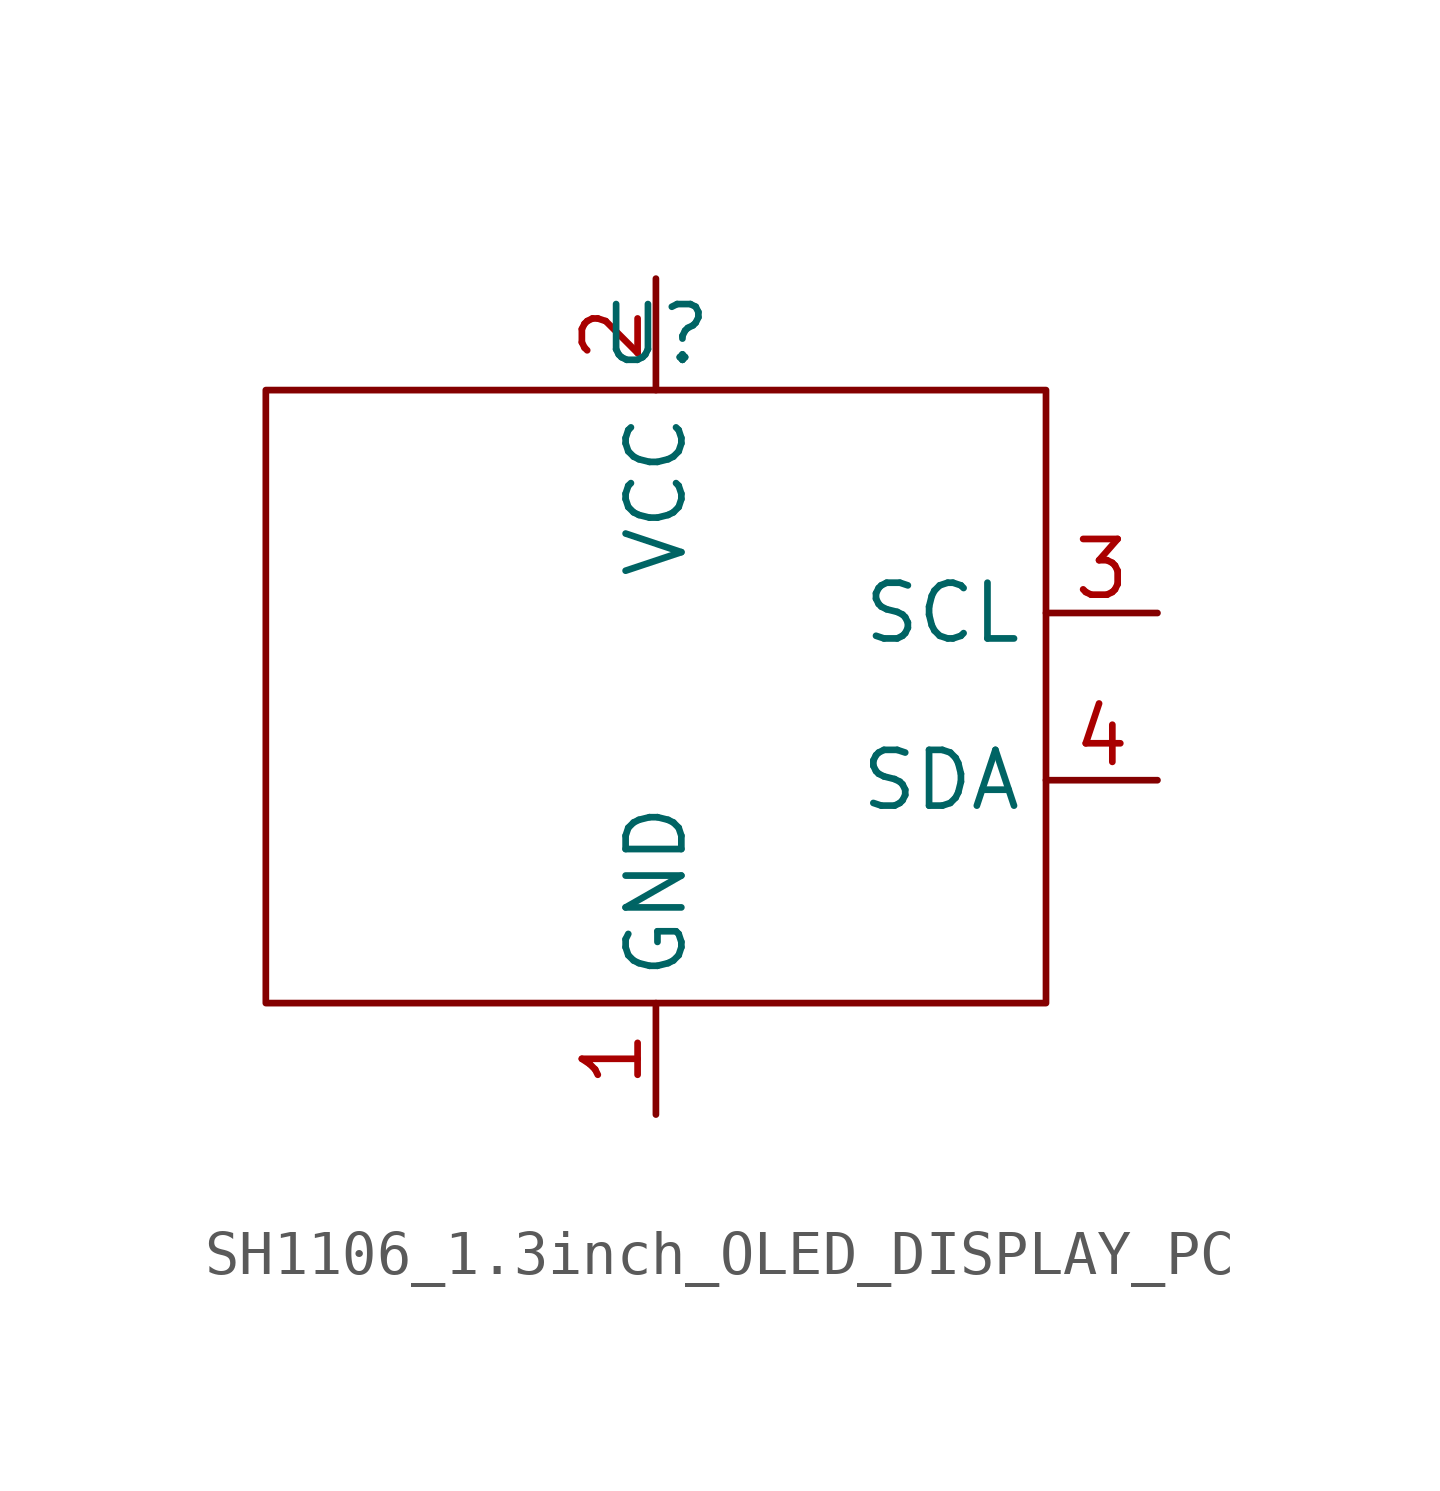
<source format=kicad_sym>
(kicad_symbol_lib
  (version 20220914)
  (generator kicad_symbol_editor)
  (symbol "SH1106_1.3inch_OLED_DISPLAY_PC"
    (property "Reference" "U"
      (at 0 6.35 0)
      (effects (font (size 1.27 1.27))))
    (property "Value" ""
      (at 0 6.35 0)
      (effects (font (size 1.27 1.27))))
    (symbol "SH1106_1.3inch_OLED_DISPLAY_PC_0_1"
      (rectangle (start -8.89 5.08) (end 8.89 -8.89) (stroke (width 0) (type default)) (fill (type none))))
    (symbol "SH1106_1.3inch_OLED_DISPLAY_PC_1_1"
      (pin power_in line (at 0 -11.43 90) (length 2.54) (name "GND" (effects (font (size 1.27 1.27)))) (number "1" (effects (font (size 1.27 1.27)))))
      (pin power_in line (at 0 7.62 270) (length 2.54) (name "VCC" (effects (font (size 1.27 1.27)))) (number "2" (effects (font (size 1.27 1.27)))))
      (pin bidirectional line (at 11.43 0 180) (length 2.54) (name "SCL" (effects (font (size 1.27 1.27)))) (number "3" (effects (font (size 1.27 1.27)))))
      (pin bidirectional line (at 11.43 -3.81 180) (length 2.54) (name "SDA" (effects (font (size 1.27 1.27)))) (number "4" (effects (font (size 1.27 1.27))))))))
</source>
